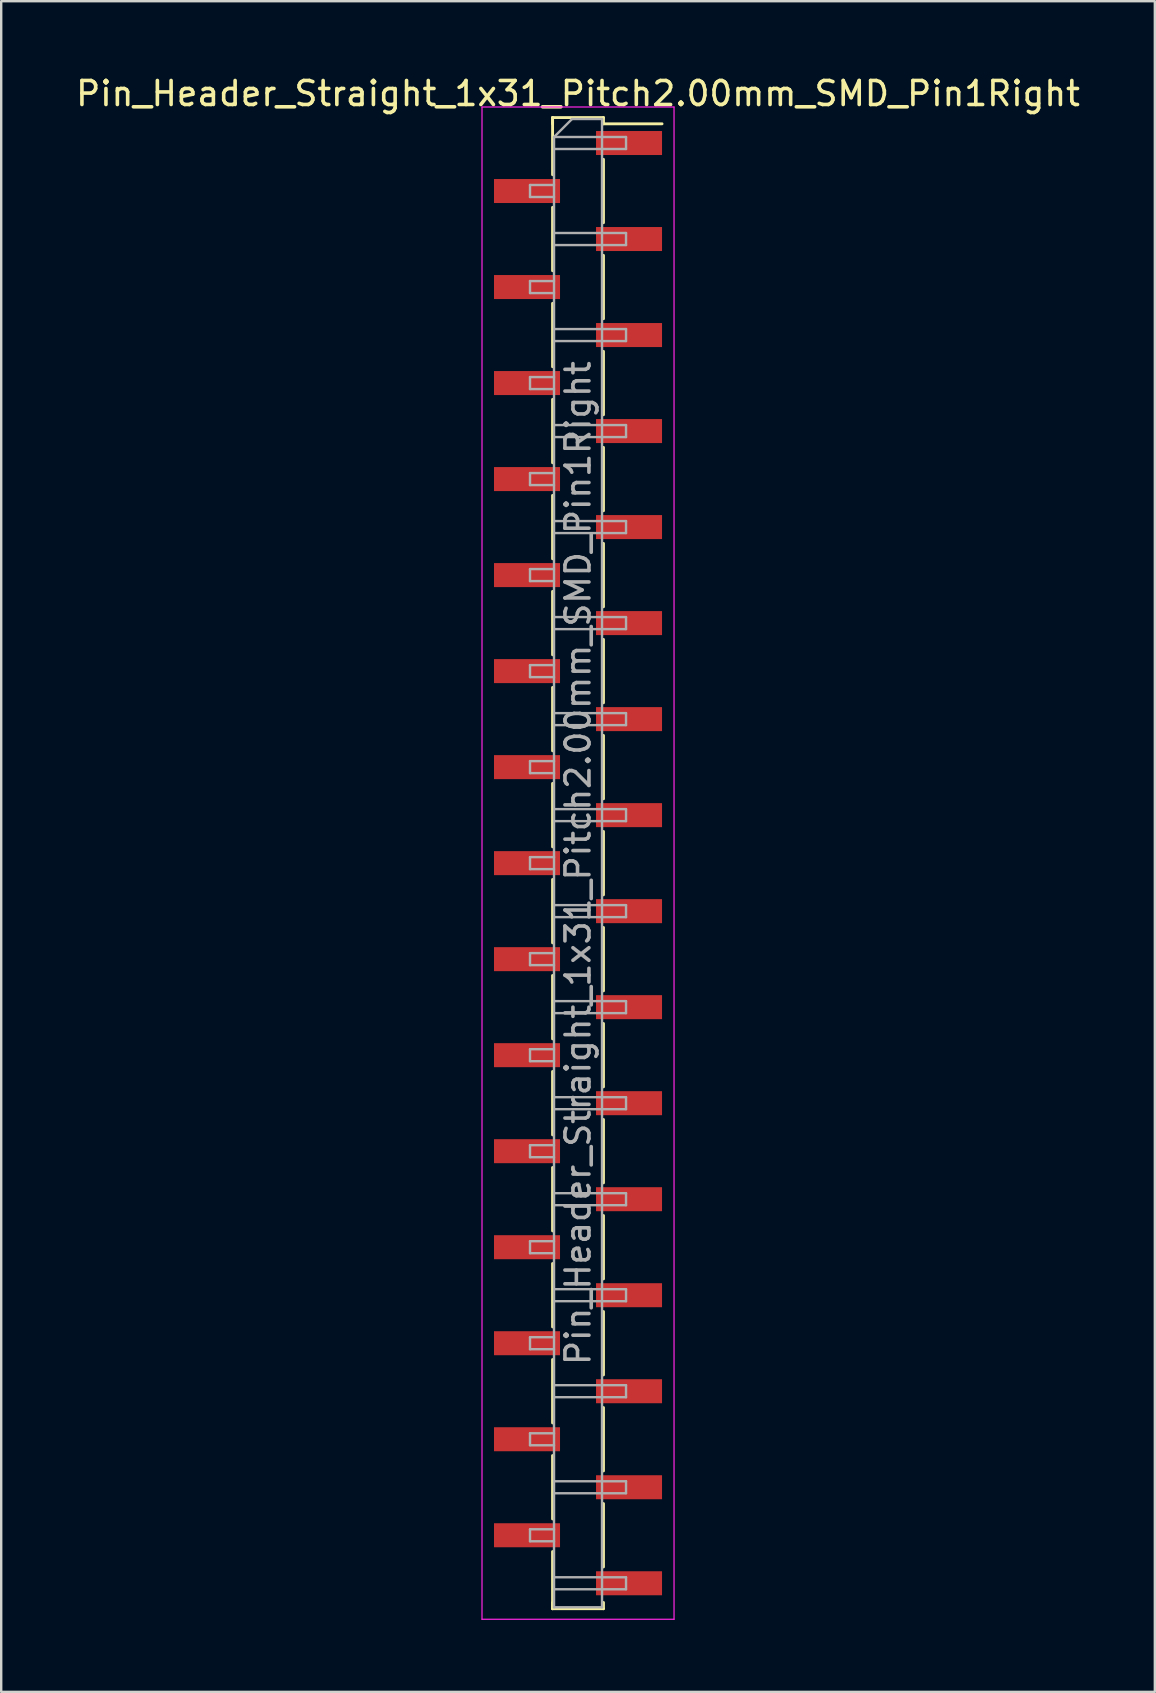
<source format=kicad_pcb>
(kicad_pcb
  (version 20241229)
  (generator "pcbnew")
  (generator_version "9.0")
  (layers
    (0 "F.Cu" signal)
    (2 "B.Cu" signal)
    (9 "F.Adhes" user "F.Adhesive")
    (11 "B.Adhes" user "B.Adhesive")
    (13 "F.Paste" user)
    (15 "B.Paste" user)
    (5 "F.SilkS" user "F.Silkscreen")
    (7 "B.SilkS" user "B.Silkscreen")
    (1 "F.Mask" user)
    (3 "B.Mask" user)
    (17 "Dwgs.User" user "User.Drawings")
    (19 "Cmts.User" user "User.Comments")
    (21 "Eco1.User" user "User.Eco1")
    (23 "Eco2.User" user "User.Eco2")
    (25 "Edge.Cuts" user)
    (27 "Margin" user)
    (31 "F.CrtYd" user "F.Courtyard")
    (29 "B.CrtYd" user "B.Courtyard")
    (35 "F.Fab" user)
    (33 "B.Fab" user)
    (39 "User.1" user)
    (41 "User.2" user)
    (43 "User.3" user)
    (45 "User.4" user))
  (footprint "Pin_Header_Straight_1x31_Pitch2.00mm_SMD_Pin1Right"
    (layer "F.Cu")
    (at 21.03 32.908)
    (property "Reference" "Pin_Header_Straight_1x31_Pitch2.00mm_SMD_Pin1Right" (at 0 -32.06 0) (layer "F.SilkS") (effects (font (size 1 1) (thickness 0.15))))
    (attr smd)
    (fp_line (start -1.06 -31.06) (end -1.06 -28.68) (stroke (width 0.12) (type solid)) (layer "F.SilkS"))
    (fp_line (start -1.06 -31.06) (end 1.06 -31.06) (stroke (width 0.12) (type solid)) (layer "F.SilkS"))
    (fp_line (start -1.06 -30.8) (end -1.06 -31.06) (stroke (width 0.12) (type solid)) (layer "F.SilkS"))
    (fp_line (start -1.06 -27.32) (end -1.06 -24.68) (stroke (width 0.12) (type solid)) (layer "F.SilkS"))
    (fp_line (start -1.06 -23.32) (end -1.06 -20.68) (stroke (width 0.12) (type solid)) (layer "F.SilkS"))
    (fp_line (start -1.06 -19.32) (end -1.06 -16.68) (stroke (width 0.12) (type solid)) (layer "F.SilkS"))
    (fp_line (start -1.06 -15.32) (end -1.06 -12.68) (stroke (width 0.12) (type solid)) (layer "F.SilkS"))
    (fp_line (start -1.06 -11.32) (end -1.06 -8.68) (stroke (width 0.12) (type solid)) (layer "F.SilkS"))
    (fp_line (start -1.06 -7.32) (end -1.06 -4.68) (stroke (width 0.12) (type solid)) (layer "F.SilkS"))
    (fp_line (start -1.06 -3.32) (end -1.06 -0.68) (stroke (width 0.12) (type solid)) (layer "F.SilkS"))
    (fp_line (start -1.06 0.68) (end -1.06 3.32) (stroke (width 0.12) (type solid)) (layer "F.SilkS"))
    (fp_line (start -1.06 4.68) (end -1.06 7.32) (stroke (width 0.12) (type solid)) (layer "F.SilkS"))
    (fp_line (start -1.06 8.68) (end -1.06 11.32) (stroke (width 0.12) (type solid)) (layer "F.SilkS"))
    (fp_line (start -1.06 12.68) (end -1.06 15.32) (stroke (width 0.12) (type solid)) (layer "F.SilkS"))
    (fp_line (start -1.06 16.68) (end -1.06 19.32) (stroke (width 0.12) (type solid)) (layer "F.SilkS"))
    (fp_line (start -1.06 20.68) (end -1.06 23.32) (stroke (width 0.12) (type solid)) (layer "F.SilkS"))
    (fp_line (start -1.06 24.68) (end -1.06 27.32) (stroke (width 0.12) (type solid)) (layer "F.SilkS"))
    (fp_line (start -1.06 28.68) (end -1.06 31.06) (stroke (width 0.12) (type solid)) (layer "F.SilkS"))
    (fp_line (start -1.06 30.8) (end -1.06 31.06) (stroke (width 0.12) (type solid)) (layer "F.SilkS"))
    (fp_line (start -1.06 31.06) (end 1.06 31.06) (stroke (width 0.12) (type solid)) (layer "F.SilkS"))
    (fp_line (start 1.06 -31.06) (end 1.06 -30.8) (stroke (width 0.12) (type solid)) (layer "F.SilkS"))
    (fp_line (start 1.06 -30.8) (end 3.5 -30.8) (stroke (width 0.12) (type solid)) (layer "F.SilkS"))
    (fp_line (start 1.06 -29.32) (end 1.06 -26.68) (stroke (width 0.12) (type solid)) (layer "F.SilkS"))
    (fp_line (start 1.06 -25.32) (end 1.06 -22.68) (stroke (width 0.12) (type solid)) (layer "F.SilkS"))
    (fp_line (start 1.06 -21.32) (end 1.06 -18.68) (stroke (width 0.12) (type solid)) (layer "F.SilkS"))
    (fp_line (start 1.06 -17.32) (end 1.06 -14.68) (stroke (width 0.12) (type solid)) (layer "F.SilkS"))
    (fp_line (start 1.06 -13.32) (end 1.06 -10.68) (stroke (width 0.12) (type solid)) (layer "F.SilkS"))
    (fp_line (start 1.06 -9.32) (end 1.06 -6.68) (stroke (width 0.12) (type solid)) (layer "F.SilkS"))
    (fp_line (start 1.06 -5.32) (end 1.06 -2.68) (stroke (width 0.12) (type solid)) (layer "F.SilkS"))
    (fp_line (start 1.06 -1.32) (end 1.06 1.32) (stroke (width 0.12) (type solid)) (layer "F.SilkS"))
    (fp_line (start 1.06 2.68) (end 1.06 5.32) (stroke (width 0.12) (type solid)) (layer "F.SilkS"))
    (fp_line (start 1.06 6.68) (end 1.06 9.32) (stroke (width 0.12) (type solid)) (layer "F.SilkS"))
    (fp_line (start 1.06 10.68) (end 1.06 13.32) (stroke (width 0.12) (type solid)) (layer "F.SilkS"))
    (fp_line (start 1.06 14.68) (end 1.06 17.32) (stroke (width 0.12) (type solid)) (layer "F.SilkS"))
    (fp_line (start 1.06 18.68) (end 1.06 21.32) (stroke (width 0.12) (type solid)) (layer "F.SilkS"))
    (fp_line (start 1.06 22.68) (end 1.06 25.32) (stroke (width 0.12) (type solid)) (layer "F.SilkS"))
    (fp_line (start 1.06 26.68) (end 1.06 29.32) (stroke (width 0.12) (type solid)) (layer "F.SilkS"))
    (fp_line (start 1.06 31.06) (end 1.06 30.8) (stroke (width 0.12) (type solid)) (layer "F.SilkS"))
    (fp_line (start -4 -31.5) (end -4 31.5) (stroke (width 0.05) (type solid)) (layer "F.CrtYd"))
    (fp_line (start -4 31.5) (end 4 31.5) (stroke (width 0.05) (type solid)) (layer "F.CrtYd"))
    (fp_line (start 4 -31.5) (end -4 -31.5) (stroke (width 0.05) (type solid)) (layer "F.CrtYd"))
    (fp_line (start 4 31.5) (end 4 -31.5) (stroke (width 0.05) (type solid)) (layer "F.CrtYd"))
    (fp_line (start -2 -28.25) (end -2 -27.75) (stroke (width 0.1) (type solid)) (layer "F.Fab"))
    (fp_line (start -2 -27.75) (end -1 -27.75) (stroke (width 0.1) (type solid)) (layer "F.Fab"))
    (fp_line (start -2 -24.25) (end -2 -23.75) (stroke (width 0.1) (type solid)) (layer "F.Fab"))
    (fp_line (start -2 -23.75) (end -1 -23.75) (stroke (width 0.1) (type solid)) (layer "F.Fab"))
    (fp_line (start -2 -20.25) (end -2 -19.75) (stroke (width 0.1) (type solid)) (layer "F.Fab"))
    (fp_line (start -2 -19.75) (end -1 -19.75) (stroke (width 0.1) (type solid)) (layer "F.Fab"))
    (fp_line (start -2 -16.25) (end -2 -15.75) (stroke (width 0.1) (type solid)) (layer "F.Fab"))
    (fp_line (start -2 -15.75) (end -1 -15.75) (stroke (width 0.1) (type solid)) (layer "F.Fab"))
    (fp_line (start -2 -12.25) (end -2 -11.75) (stroke (width 0.1) (type solid)) (layer "F.Fab"))
    (fp_line (start -2 -11.75) (end -1 -11.75) (stroke (width 0.1) (type solid)) (layer "F.Fab"))
    (fp_line (start -2 -8.25) (end -2 -7.75) (stroke (width 0.1) (type solid)) (layer "F.Fab"))
    (fp_line (start -2 -7.75) (end -1 -7.75) (stroke (width 0.1) (type solid)) (layer "F.Fab"))
    (fp_line (start -2 -4.25) (end -2 -3.75) (stroke (width 0.1) (type solid)) (layer "F.Fab"))
    (fp_line (start -2 -3.75) (end -1 -3.75) (stroke (width 0.1) (type solid)) (layer "F.Fab"))
    (fp_line (start -2 -0.25) (end -2 0.25) (stroke (width 0.1) (type solid)) (layer "F.Fab"))
    (fp_line (start -2 0.25) (end -1 0.25) (stroke (width 0.1) (type solid)) (layer "F.Fab"))
    (fp_line (start -2 3.75) (end -2 4.25) (stroke (width 0.1) (type solid)) (layer "F.Fab"))
    (fp_line (start -2 4.25) (end -1 4.25) (stroke (width 0.1) (type solid)) (layer "F.Fab"))
    (fp_line (start -2 7.75) (end -2 8.25) (stroke (width 0.1) (type solid)) (layer "F.Fab"))
    (fp_line (start -2 8.25) (end -1 8.25) (stroke (width 0.1) (type solid)) (layer "F.Fab"))
    (fp_line (start -2 11.75) (end -2 12.25) (stroke (width 0.1) (type solid)) (layer "F.Fab"))
    (fp_line (start -2 12.25) (end -1 12.25) (stroke (width 0.1) (type solid)) (layer "F.Fab"))
    (fp_line (start -2 15.75) (end -2 16.25) (stroke (width 0.1) (type solid)) (layer "F.Fab"))
    (fp_line (start -2 16.25) (end -1 16.25) (stroke (width 0.1) (type solid)) (layer "F.Fab"))
    (fp_line (start -2 19.75) (end -2 20.25) (stroke (width 0.1) (type solid)) (layer "F.Fab"))
    (fp_line (start -2 20.25) (end -1 20.25) (stroke (width 0.1) (type solid)) (layer "F.Fab"))
    (fp_line (start -2 23.75) (end -2 24.25) (stroke (width 0.1) (type solid)) (layer "F.Fab"))
    (fp_line (start -2 24.25) (end -1 24.25) (stroke (width 0.1) (type solid)) (layer "F.Fab"))
    (fp_line (start -2 27.75) (end -2 28.25) (stroke (width 0.1) (type solid)) (layer "F.Fab"))
    (fp_line (start -2 28.25) (end -1 28.25) (stroke (width 0.1) (type solid)) (layer "F.Fab"))
    (fp_line (start -1 -30.25) (end -0.25 -31) (stroke (width 0.1) (type solid)) (layer "F.Fab"))
    (fp_line (start -1 -30.25) (end 2 -30.25) (stroke (width 0.1) (type solid)) (layer "F.Fab"))
    (fp_line (start -1 -28.25) (end -2 -28.25) (stroke (width 0.1) (type solid)) (layer "F.Fab"))
    (fp_line (start -1 -26.25) (end 2 -26.25) (stroke (width 0.1) (type solid)) (layer "F.Fab"))
    (fp_line (start -1 -24.25) (end -2 -24.25) (stroke (width 0.1) (type solid)) (layer "F.Fab"))
    (fp_line (start -1 -22.25) (end 2 -22.25) (stroke (width 0.1) (type solid)) (layer "F.Fab"))
    (fp_line (start -1 -20.25) (end -2 -20.25) (stroke (width 0.1) (type solid)) (layer "F.Fab"))
    (fp_line (start -1 -18.25) (end 2 -18.25) (stroke (width 0.1) (type solid)) (layer "F.Fab"))
    (fp_line (start -1 -16.25) (end -2 -16.25) (stroke (width 0.1) (type solid)) (layer "F.Fab"))
    (fp_line (start -1 -14.25) (end 2 -14.25) (stroke (width 0.1) (type solid)) (layer "F.Fab"))
    (fp_line (start -1 -12.25) (end -2 -12.25) (stroke (width 0.1) (type solid)) (layer "F.Fab"))
    (fp_line (start -1 -10.25) (end 2 -10.25) (stroke (width 0.1) (type solid)) (layer "F.Fab"))
    (fp_line (start -1 -8.25) (end -2 -8.25) (stroke (width 0.1) (type solid)) (layer "F.Fab"))
    (fp_line (start -1 -6.25) (end 2 -6.25) (stroke (width 0.1) (type solid)) (layer "F.Fab"))
    (fp_line (start -1 -4.25) (end -2 -4.25) (stroke (width 0.1) (type solid)) (layer "F.Fab"))
    (fp_line (start -1 -2.25) (end 2 -2.25) (stroke (width 0.1) (type solid)) (layer "F.Fab"))
    (fp_line (start -1 -0.25) (end -2 -0.25) (stroke (width 0.1) (type solid)) (layer "F.Fab"))
    (fp_line (start -1 1.75) (end 2 1.75) (stroke (width 0.1) (type solid)) (layer "F.Fab"))
    (fp_line (start -1 3.75) (end -2 3.75) (stroke (width 0.1) (type solid)) (layer "F.Fab"))
    (fp_line (start -1 5.75) (end 2 5.75) (stroke (width 0.1) (type solid)) (layer "F.Fab"))
    (fp_line (start -1 7.75) (end -2 7.75) (stroke (width 0.1) (type solid)) (layer "F.Fab"))
    (fp_line (start -1 9.75) (end 2 9.75) (stroke (width 0.1) (type solid)) (layer "F.Fab"))
    (fp_line (start -1 11.75) (end -2 11.75) (stroke (width 0.1) (type solid)) (layer "F.Fab"))
    (fp_line (start -1 13.75) (end 2 13.75) (stroke (width 0.1) (type solid)) (layer "F.Fab"))
    (fp_line (start -1 15.75) (end -2 15.75) (stroke (width 0.1) (type solid)) (layer "F.Fab"))
    (fp_line (start -1 17.75) (end 2 17.75) (stroke (width 0.1) (type solid)) (layer "F.Fab"))
    (fp_line (start -1 19.75) (end -2 19.75) (stroke (width 0.1) (type solid)) (layer "F.Fab"))
    (fp_line (start -1 21.75) (end 2 21.75) (stroke (width 0.1) (type solid)) (layer "F.Fab"))
    (fp_line (start -1 23.75) (end -2 23.75) (stroke (width 0.1) (type solid)) (layer "F.Fab"))
    (fp_line (start -1 25.75) (end 2 25.75) (stroke (width 0.1) (type solid)) (layer "F.Fab"))
    (fp_line (start -1 27.75) (end -2 27.75) (stroke (width 0.1) (type solid)) (layer "F.Fab"))
    (fp_line (start -1 29.75) (end 2 29.75) (stroke (width 0.1) (type solid)) (layer "F.Fab"))
    (fp_line (start -1 31) (end -1 -30.25) (stroke (width 0.1) (type solid)) (layer "F.Fab"))
    (fp_line (start -0.25 -31) (end 1 -31) (stroke (width 0.1) (type solid)) (layer "F.Fab"))
    (fp_line (start 1 -31) (end 1 31) (stroke (width 0.1) (type solid)) (layer "F.Fab"))
    (fp_line (start 1 31) (end -1 31) (stroke (width 0.1) (type solid)) (layer "F.Fab"))
    (fp_line (start 2 -30.25) (end 2 -29.75) (stroke (width 0.1) (type solid)) (layer "F.Fab"))
    (fp_line (start 2 -29.75) (end -1 -29.75) (stroke (width 0.1) (type solid)) (layer "F.Fab"))
    (fp_line (start 2 -26.25) (end 2 -25.75) (stroke (width 0.1) (type solid)) (layer "F.Fab"))
    (fp_line (start 2 -25.75) (end -1 -25.75) (stroke (width 0.1) (type solid)) (layer "F.Fab"))
    (fp_line (start 2 -22.25) (end 2 -21.75) (stroke (width 0.1) (type solid)) (layer "F.Fab"))
    (fp_line (start 2 -21.75) (end -1 -21.75) (stroke (width 0.1) (type solid)) (layer "F.Fab"))
    (fp_line (start 2 -18.25) (end 2 -17.75) (stroke (width 0.1) (type solid)) (layer "F.Fab"))
    (fp_line (start 2 -17.75) (end -1 -17.75) (stroke (width 0.1) (type solid)) (layer "F.Fab"))
    (fp_line (start 2 -14.25) (end 2 -13.75) (stroke (width 0.1) (type solid)) (layer "F.Fab"))
    (fp_line (start 2 -13.75) (end -1 -13.75) (stroke (width 0.1) (type solid)) (layer "F.Fab"))
    (fp_line (start 2 -10.25) (end 2 -9.75) (stroke (width 0.1) (type solid)) (layer "F.Fab"))
    (fp_line (start 2 -9.75) (end -1 -9.75) (stroke (width 0.1) (type solid)) (layer "F.Fab"))
    (fp_line (start 2 -6.25) (end 2 -5.75) (stroke (width 0.1) (type solid)) (layer "F.Fab"))
    (fp_line (start 2 -5.75) (end -1 -5.75) (stroke (width 0.1) (type solid)) (layer "F.Fab"))
    (fp_line (start 2 -2.25) (end 2 -1.75) (stroke (width 0.1) (type solid)) (layer "F.Fab"))
    (fp_line (start 2 -1.75) (end -1 -1.75) (stroke (width 0.1) (type solid)) (layer "F.Fab"))
    (fp_line (start 2 1.75) (end 2 2.25) (stroke (width 0.1) (type solid)) (layer "F.Fab"))
    (fp_line (start 2 2.25) (end -1 2.25) (stroke (width 0.1) (type solid)) (layer "F.Fab"))
    (fp_line (start 2 5.75) (end 2 6.25) (stroke (width 0.1) (type solid)) (layer "F.Fab"))
    (fp_line (start 2 6.25) (end -1 6.25) (stroke (width 0.1) (type solid)) (layer "F.Fab"))
    (fp_line (start 2 9.75) (end 2 10.25) (stroke (width 0.1) (type solid)) (layer "F.Fab"))
    (fp_line (start 2 10.25) (end -1 10.25) (stroke (width 0.1) (type solid)) (layer "F.Fab"))
    (fp_line (start 2 13.75) (end 2 14.25) (stroke (width 0.1) (type solid)) (layer "F.Fab"))
    (fp_line (start 2 14.25) (end -1 14.25) (stroke (width 0.1) (type solid)) (layer "F.Fab"))
    (fp_line (start 2 17.75) (end 2 18.25) (stroke (width 0.1) (type solid)) (layer "F.Fab"))
    (fp_line (start 2 18.25) (end -1 18.25) (stroke (width 0.1) (type solid)) (layer "F.Fab"))
    (fp_line (start 2 21.75) (end 2 22.25) (stroke (width 0.1) (type solid)) (layer "F.Fab"))
    (fp_line (start 2 22.25) (end -1 22.25) (stroke (width 0.1) (type solid)) (layer "F.Fab"))
    (fp_line (start 2 25.75) (end 2 26.25) (stroke (width 0.1) (type solid)) (layer "F.Fab"))
    (fp_line (start 2 26.25) (end -1 26.25) (stroke (width 0.1) (type solid)) (layer "F.Fab"))
    (fp_line (start 2 29.75) (end 2 30.25) (stroke (width 0.1) (type solid)) (layer "F.Fab"))
    (fp_line (start 2 30.25) (end -1 30.25) (stroke (width 0.1) (type solid)) (layer "F.Fab"))
    (fp_text user "${REFERENCE}" (at 0 0 90) (layer "F.Fab") (effects (font (size 1 1) (thickness 0.15))))
    (pad "1" smd rect (at 2.125 -30) (size 2.75 1) (layers "F.Cu" "F.Mask"))
    (pad "2" smd rect (at -2.125 -28) (size 2.75 1) (layers "F.Cu" "F.Mask"))
    (pad "3" smd rect (at 2.125 -26) (size 2.75 1) (layers "F.Cu" "F.Mask"))
    (pad "4" smd rect (at -2.125 -24) (size 2.75 1) (layers "F.Cu" "F.Mask"))
    (pad "5" smd rect (at 2.125 -22) (size 2.75 1) (layers "F.Cu" "F.Mask"))
    (pad "6" smd rect (at -2.125 -20) (size 2.75 1) (layers "F.Cu" "F.Mask"))
    (pad "7" smd rect (at 2.125 -18) (size 2.75 1) (layers "F.Cu" "F.Mask"))
    (pad "8" smd rect (at -2.125 -16) (size 2.75 1) (layers "F.Cu" "F.Mask"))
    (pad "9" smd rect (at 2.125 -14) (size 2.75 1) (layers "F.Cu" "F.Mask"))
    (pad "10" smd rect (at -2.125 -12) (size 2.75 1) (layers "F.Cu" "F.Mask"))
    (pad "11" smd rect (at 2.125 -10) (size 2.75 1) (layers "F.Cu" "F.Mask"))
    (pad "12" smd rect (at -2.125 -8) (size 2.75 1) (layers "F.Cu" "F.Mask"))
    (pad "13" smd rect (at 2.125 -6) (size 2.75 1) (layers "F.Cu" "F.Mask"))
    (pad "14" smd rect (at -2.125 -4) (size 2.75 1) (layers "F.Cu" "F.Mask"))
    (pad "15" smd rect (at 2.125 -2) (size 2.75 1) (layers "F.Cu" "F.Mask"))
    (pad "16" smd rect (at -2.125 0) (size 2.75 1) (layers "F.Cu" "F.Mask"))
    (pad "17" smd rect (at 2.125 2) (size 2.75 1) (layers "F.Cu" "F.Mask"))
    (pad "18" smd rect (at -2.125 4) (size 2.75 1) (layers "F.Cu" "F.Mask"))
    (pad "19" smd rect (at 2.125 6) (size 2.75 1) (layers "F.Cu" "F.Mask"))
    (pad "20" smd rect (at -2.125 8) (size 2.75 1) (layers "F.Cu" "F.Mask"))
    (pad "21" smd rect (at 2.125 10) (size 2.75 1) (layers "F.Cu" "F.Mask"))
    (pad "22" smd rect (at -2.125 12) (size 2.75 1) (layers "F.Cu" "F.Mask"))
    (pad "23" smd rect (at 2.125 14) (size 2.75 1) (layers "F.Cu" "F.Mask"))
    (pad "24" smd rect (at -2.125 16) (size 2.75 1) (layers "F.Cu" "F.Mask"))
    (pad "25" smd rect (at 2.125 18) (size 2.75 1) (layers "F.Cu" "F.Mask"))
    (pad "26" smd rect (at -2.125 20) (size 2.75 1) (layers "F.Cu" "F.Mask"))
    (pad "27" smd rect (at 2.125 22) (size 2.75 1) (layers "F.Cu" "F.Mask"))
    (pad "28" smd rect (at -2.125 24) (size 2.75 1) (layers "F.Cu" "F.Mask"))
    (pad "29" smd rect (at 2.125 26) (size 2.75 1) (layers "F.Cu" "F.Mask"))
    (pad "30" smd rect (at -2.125 28) (size 2.75 1) (layers "F.Cu" "F.Mask"))
    (pad "31" smd rect (at 2.125 30) (size 2.75 1) (layers "F.Cu" "F.Mask")))
  (gr_rect
    (start -3 -3)
    (end 45.06 67.433)
    (stroke (width 0.1) (type default))
    (fill no)
    (layer "Edge.Cuts")))
</source>
